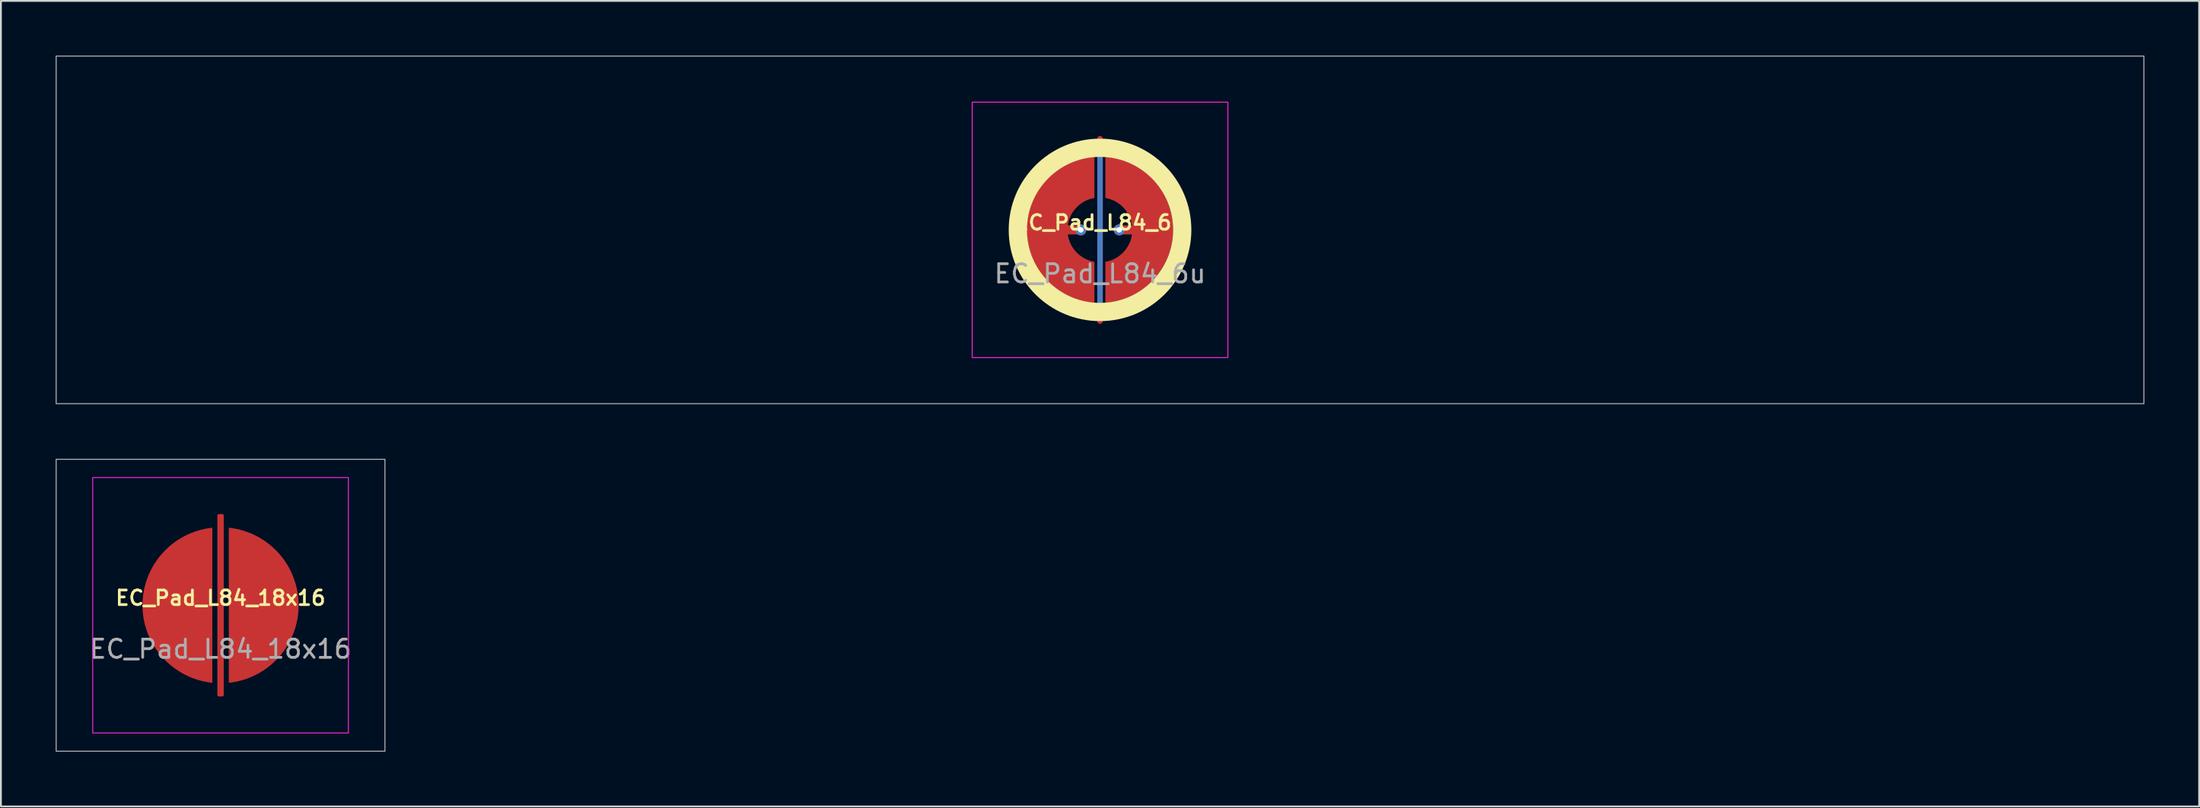
<source format=kicad_pcb>
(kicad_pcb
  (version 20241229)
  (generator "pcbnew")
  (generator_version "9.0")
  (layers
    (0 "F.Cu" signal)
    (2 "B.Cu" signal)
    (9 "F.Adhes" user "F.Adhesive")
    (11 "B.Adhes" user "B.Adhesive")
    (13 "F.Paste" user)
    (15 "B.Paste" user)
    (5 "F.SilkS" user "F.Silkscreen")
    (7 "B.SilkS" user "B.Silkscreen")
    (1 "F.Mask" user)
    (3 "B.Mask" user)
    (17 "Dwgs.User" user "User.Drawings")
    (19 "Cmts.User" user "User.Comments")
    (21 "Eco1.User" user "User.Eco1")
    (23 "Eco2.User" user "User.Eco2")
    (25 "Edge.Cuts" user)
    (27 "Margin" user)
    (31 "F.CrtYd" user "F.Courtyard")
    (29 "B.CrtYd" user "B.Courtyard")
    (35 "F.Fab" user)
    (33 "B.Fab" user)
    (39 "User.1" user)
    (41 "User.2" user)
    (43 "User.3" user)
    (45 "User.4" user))
  (footprint "EC_Pad_L84_18x16"
    (layer "F.Cu")
    (at 9.025 30.125)
    (property "Reference" "EC_Pad_L84_18x16" (at 0 -0.4 0) (unlocked yes) (layer "F.SilkS") (effects (font (size 0.8 0.8) (thickness 0.15))))
    (attr smd exclude_from_pos_files exclude_from_bom)
    (fp_rect (start -9 -8) (end 9 8) (stroke (width 0.05) (type solid)) (fill no) (layer "Dwgs.User"))
    (fp_rect (start -7.75 -7.75) (end 7.75 7.75) (stroke (width 0.05) (type solid)) (fill no) (layer "Eco1.User"))
    (fp_rect (start -7 -7) (end 7 7) (stroke (width 0.1) (type solid)) (fill no) (layer "Eco2.User"))
    (fp_rect (start -7 -7) (end 7 7) (stroke (width 0.05) (type default)) (fill no) (layer "F.CrtYd"))
    (fp_text user "${REFERENCE}" (at 0 2.4 0) (unlocked yes) (layer "F.Fab") (effects (font (size 1 1) (thickness 0.15))))
    (pad "1" smd custom (at -2 0) (size 2.286 2.286) (layers "F.Cu") (options (anchor circle)) (primitives (gr_poly (pts (arc (start 1.55 -4.25) (mid -2.273757 0) (end 1.55 4.249996))) (width 0) (fill yes))))
    (pad "2" smd custom (at 2.25 0) (size 2.286 2.286) (layers "F.Cu") (options (anchor circle)) (primitives (gr_poly (pts (arc (start -1.8 -4.25) (mid 2.023757 0) (end -1.8 4.25))) (width 0) (fill yes))))
    (pad "3" smd roundrect (at 0 0) (size 0.35 10) (layers "F.Cu") (roundrect_rratio 0.25))
    (zone (net_name "") (layers "F.Cu" "B.Cu") (hatch edge 0.5) (connect_pads) (min_thickness 0.25) (filled_areas_thickness no) (keepout (tracks allowed) (vias allowed) (pads allowed) (copperpour not_allowed) (footprints allowed)) (placement (enabled no)) (fill) (polygon (pts (xy 13.775 30.125) (xy 13.755 29.687) (xy 13.694 29.252) (xy 13.594 28.825) (xy 13.454 28.409) (xy 13.277 28.008) (xy 13.064 27.624) (xy 12.816 27.262) (xy 12.535 26.925) (xy 12.225 26.615) (xy 11.888 26.334) (xy 11.526 26.086) (xy 11.142 25.873) (xy 10.741 25.696) (xy 10.325 25.556) (xy 9.898 25.456) (xy 9.463 25.395) (xy 9.025 25.375) (xy 8.587 25.395) (xy 8.152 25.456) (xy 7.725 25.556) (xy 7.309 25.696) (xy 6.908 25.873) (xy 6.524 26.086) (xy 6.162 26.334) (xy 5.825 26.615) (xy 5.515 26.925) (xy 5.234 27.262) (xy 4.986 27.624) (xy 4.773 28.008) (xy 4.596 28.409) (xy 4.456 28.825) (xy 4.356 29.252) (xy 4.295 29.687) (xy 4.275 30.125) (xy 4.295 30.563) (xy 4.356 30.998) (xy 4.456 31.425) (xy 4.596 31.841) (xy 4.773 32.242) (xy 4.986 32.626) (xy 5.234 32.988) (xy 5.515 33.325) (xy 5.825 33.635) (xy 6.162 33.916) (xy 6.524 34.164) (xy 6.908 34.377) (xy 7.309 34.554) (xy 7.725 34.694) (xy 8.152 34.794) (xy 8.587 34.855) (xy 9.025 34.875) (xy 9.463 34.855) (xy 9.898 34.794) (xy 10.325 34.694) (xy 10.741 34.554) (xy 11.142 34.377) (xy 11.526 34.164) (xy 11.888 33.916) (xy 12.225 33.635) (xy 12.535 33.325) (xy 12.816 32.988) (xy 13.064 32.626) (xy 13.277 32.242) (xy 13.454 31.841) (xy 13.594 31.425) (xy 13.694 30.998) (xy 13.755 30.563)))))
  (footprint "EC_Pad_L84_6u"
    (layer "F.Cu")
    (at 57.175 9.55)
    (property "Reference" "EC_Pad_L84_6u" (at 0 -0.4 0) (unlocked yes) (layer "F.SilkS") (effects (font (size 0.8 0.8) (thickness 0.15))))
    (attr smd exclude_from_pos_files exclude_from_bom)
    (fp_circle (center 0 0) (end 4.5 0) (stroke (width 1) (type solid)) (fill no) (layer "F.SilkS"))
    (fp_rect (start -57.15 -9.525) (end 57.15 9.525) (stroke (width 0.05) (type solid)) (fill no) (layer "Dwgs.User"))
    (fp_rect (start -7.75 -7.75) (end 7.75 7.75) (stroke (width 0.05) (type solid)) (fill no) (layer "Eco1.User"))
    (fp_line (start -7 -6) (end -7 6) (stroke (width 0.1) (type default)) (layer "Eco2.User"))
    (fp_line (start -7 -6) (end -6 -7) (stroke (width 0.1) (type default)) (layer "Eco2.User"))
    (fp_line (start -7 6) (end -6 7) (stroke (width 0.1) (type default)) (layer "Eco2.User"))
    (fp_line (start -6 -7) (end 6 -7) (stroke (width 0.1) (type default)) (layer "Eco2.User"))
    (fp_line (start -6 7) (end 6 7) (stroke (width 0.1) (type default)) (layer "Eco2.User"))
    (fp_line (start 6 -7) (end 7 -6) (stroke (width 0.1) (type default)) (layer "Eco2.User"))
    (fp_line (start 6 7) (end 7 6) (stroke (width 0.1) (type default)) (layer "Eco2.User"))
    (fp_line (start 7 -6) (end 7 6) (stroke (width 0.1) (type default)) (layer "Eco2.User"))
    (fp_rect (start -7 -7) (end 7 7) (stroke (width 0.05) (type default)) (fill no) (layer "F.CrtYd"))
    (fp_text user "${REFERENCE}" (at 0 2.4 0) (unlocked yes) (layer "F.Fab") (effects (font (size 1 1) (thickness 0.15))))
    (pad "1" smd custom (at -2.75 0) (size 1 1) (layers "F.Cu") (options (anchor circle)) (primitives (gr_poly (pts (arc (start 2.442694 -1.749464) (mid 1.469813 -1.237093) (end 0.985388 -0.25)) (arc (start 1.668938 -0.25) (mid 1.844835 -0.177141) (end 1.917694 -0.001244)) (arc (start 1.917694 0.001244) (mid 1.844835 0.177141) (end 1.668938 0.25)) (arc (start 0.985388 0.25) (mid 1.469813 1.237093) (end 2.442694 1.749464)) (arc (start 2.442694 3.998762) (mid -1.267306 0) (end 2.442694 -3.998762))) (width 0) (fill yes))))
    (pad "1" thru_hole circle (at -1.05 0) (size 0.6 0.6) (drill 0.3) (layers "*.Cu"))
    (pad "2" thru_hole circle (at 1.05 0) (size 0.6 0.6) (drill 0.3) (layers "*.Cu"))
    (pad "2" smd custom (at 2.75 0) (size 1 1) (layers "F.Cu") (options (anchor circle)) (primitives (gr_poly (pts (arc (start -2.457306 3.998762) (mid 1.252694 0) (end -2.457306 -3.998762)) (arc (start -2.457306 -1.749464) (mid -1.484425 -1.237093) (end -1 -0.25)) (arc (start -1.68355 -0.25) (mid -1.859446 -0.17714) (end -1.932306 -0.001244)) (arc (start -1.932306 0.001244) (mid -1.859446 0.17714) (end -1.68355 0.25)) (arc (start -1 0.25) (mid -1.484425 1.237093) (end -2.457306 1.749464))) (width 0) (fill yes))))
    (pad "3" smd custom (at 0 0) (size 0.25 0.25) (layers "F.Cu") (options (anchor rect)) (primitives (gr_line (start 0 -5) (end 0 5) (width 0.3))))
    (pad "3" smd custom (at 0 0) (size 0.25 0.25) (layers "B.Cu") (options (anchor rect)) (primitives (gr_line (start 0 -4.5) (end 0 4.5) (width 0.3))))
    (zone (net_name "") (layer "F.Cu") (hatch edge 0.5) (connect_pads) (min_thickness 0.25) (filled_areas_thickness no) (keepout (tracks allowed) (vias allowed) (pads allowed) (copperpour not_allowed) (footprints allowed)) (placement (enabled no)) (fill) (polygon (pts (xy 62.17 9.332) (xy 62.132 8.897) (xy 62.056 8.468) (xy 61.944 8.046) (xy 61.794 7.637) (xy 61.61 7.241) (xy 61.392 6.864) (xy 61.142 6.506) (xy 60.861 6.172) (xy 60.553 5.864) (xy 60.219 5.583) (xy 59.861 5.333) (xy 59.484 5.115) (xy 59.088 4.931) (xy 58.679 4.781) (xy 58.257 4.669) (xy 57.828 4.593) (xy 57.393 4.555) (xy 56.957 4.555) (xy 56.522 4.593) (xy 56.093 4.669) (xy 55.671 4.781) (xy 55.262 4.931) (xy 54.866 5.115) (xy 54.489 5.333) (xy 54.131 5.583) (xy 53.797 5.864) (xy 53.489 6.172) (xy 53.208 6.506) (xy 52.958 6.864) (xy 52.74 7.241) (xy 52.556 7.637) (xy 52.406 8.046) (xy 52.294 8.468) (xy 52.218 8.897) (xy 52.18 9.332) (xy 52.18 9.768) (xy 52.218 10.203) (xy 52.294 10.632) (xy 52.406 11.054) (xy 52.556 11.463) (xy 52.74 11.859) (xy 52.958 12.236) (xy 53.208 12.594) (xy 53.489 12.928) (xy 53.797 13.236) (xy 54.131 13.517) (xy 54.489 13.767) (xy 54.866 13.985) (xy 55.262 14.169) (xy 55.671 14.319) (xy 56.093 14.431) (xy 56.522 14.507) (xy 56.957 14.545) (xy 57.393 14.545) (xy 57.828 14.507) (xy 58.257 14.431) (xy 58.679 14.319) (xy 59.088 14.169) (xy 59.484 13.985) (xy 59.861 13.767) (xy 60.219 13.517) (xy 60.553 13.236) (xy 60.861 12.928) (xy 61.142 12.594) (xy 61.392 12.236) (xy 61.61 11.859) (xy 61.794 11.463) (xy 61.944 11.054) (xy 62.056 10.632) (xy 62.132 10.203) (xy 62.17 9.768))))
    (zone (net_name "") (layer "B.Cu") (hatch edge 0.5) (connect_pads) (min_thickness 0.25) (filled_areas_thickness no) (keepout (tracks allowed) (vias allowed) (pads allowed) (copperpour not_allowed) (footprints allowed)) (placement (enabled no)) (fill) (polygon (pts (xy 61.671 9.354) (xy 61.637 8.963) (xy 61.568 8.576) (xy 61.467 8.197) (xy 61.332 7.828) (xy 61.167 7.472) (xy 60.97 7.132) (xy 60.745 6.811) (xy 60.493 6.51) (xy 60.215 6.232) (xy 59.914 5.98) (xy 59.593 5.755) (xy 59.253 5.558) (xy 58.897 5.393) (xy 58.528 5.258) (xy 58.149 5.157) (xy 57.762 5.088) (xy 57.371 5.054) (xy 56.979 5.054) (xy 56.588 5.088) (xy 56.201 5.157) (xy 55.822 5.258) (xy 55.453 5.393) (xy 55.097 5.558) (xy 54.757 5.755) (xy 54.436 5.98) (xy 54.135 6.232) (xy 53.857 6.51) (xy 53.605 6.811) (xy 53.38 7.132) (xy 53.183 7.472) (xy 53.018 7.828) (xy 52.883 8.197) (xy 52.782 8.576) (xy 52.713 8.963) (xy 52.679 9.354) (xy 52.679 9.746) (xy 52.713 10.137) (xy 52.782 10.524) (xy 52.883 10.903) (xy 53.018 11.272) (xy 53.183 11.628) (xy 53.38 11.968) (xy 53.605 12.289) (xy 53.857 12.59) (xy 54.135 12.868) (xy 54.436 13.12) (xy 54.757 13.345) (xy 55.097 13.542) (xy 55.453 13.707) (xy 55.822 13.842) (xy 56.201 13.943) (xy 56.588 14.012) (xy 56.979 14.046) (xy 57.371 14.046) (xy 57.762 14.012) (xy 58.149 13.943) (xy 58.528 13.842) (xy 58.897 13.707) (xy 59.253 13.542) (xy 59.593 13.345) (xy 59.914 13.12) (xy 60.215 12.868) (xy 60.493 12.59) (xy 60.745 12.289) (xy 60.97 11.968) (xy 61.167 11.628) (xy 61.332 11.272) (xy 61.467 10.903) (xy 61.568 10.524) (xy 61.637 10.137) (xy 61.671 9.746)))))
  (gr_rect
    (start -3 -3)
    (end 117.35 41.15)
    (stroke (width 0.1) (type default))
    (fill no)
    (layer "Edge.Cuts")))
</source>
